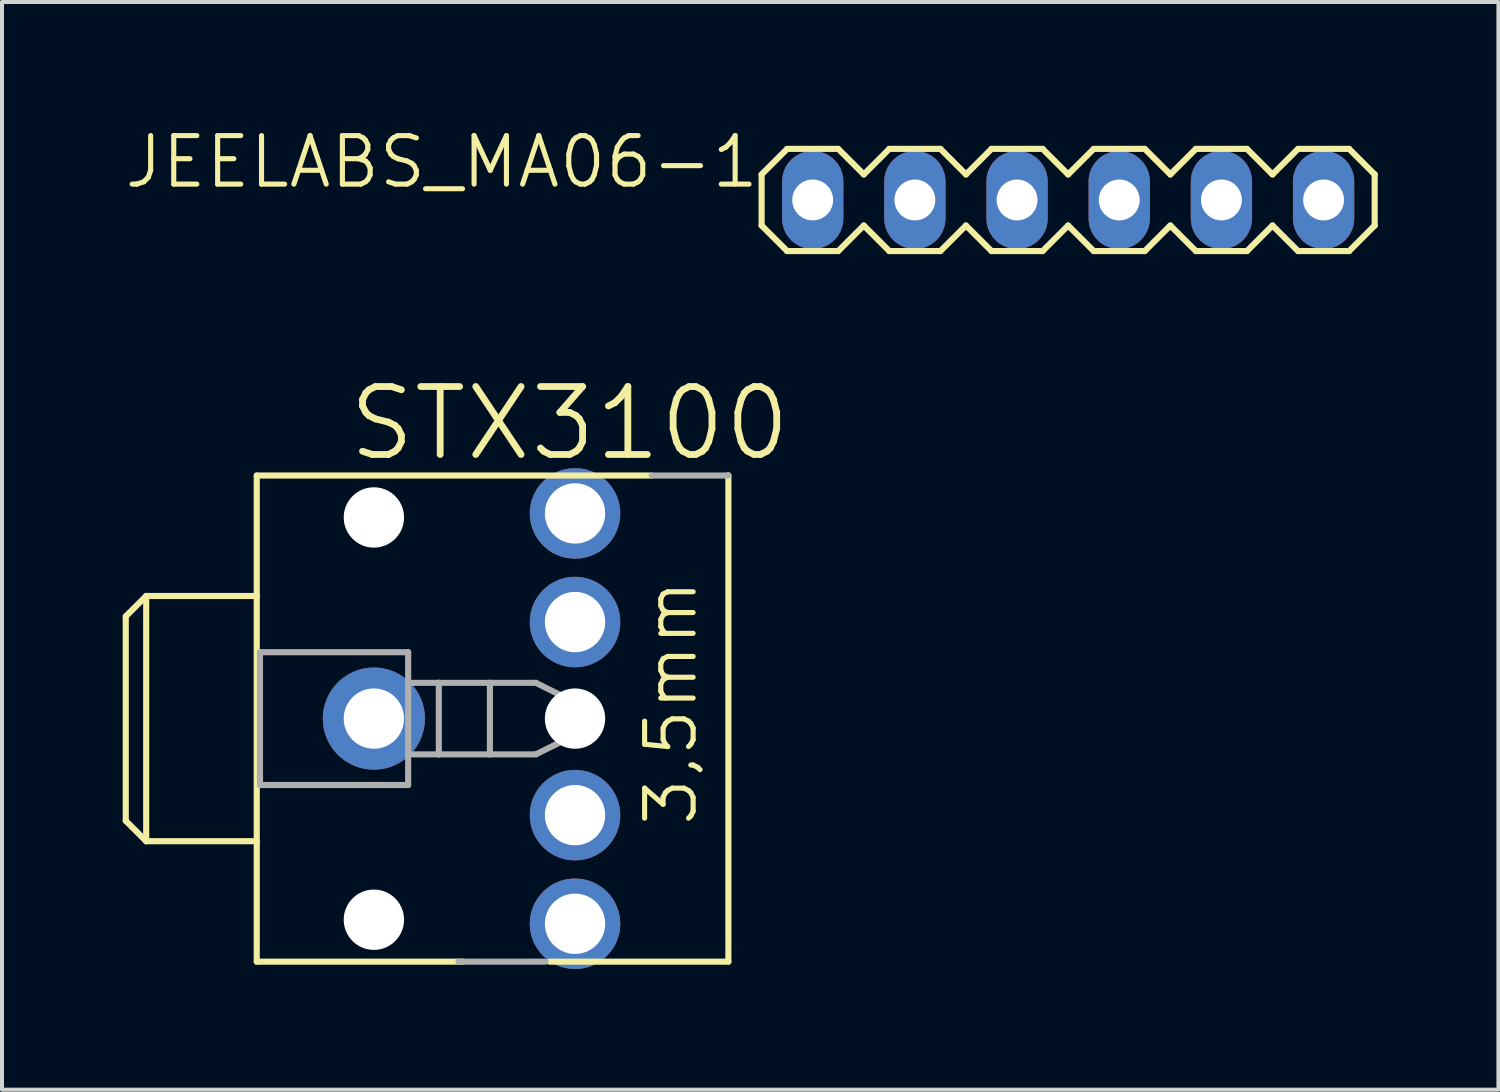
<source format=kicad_pcb>
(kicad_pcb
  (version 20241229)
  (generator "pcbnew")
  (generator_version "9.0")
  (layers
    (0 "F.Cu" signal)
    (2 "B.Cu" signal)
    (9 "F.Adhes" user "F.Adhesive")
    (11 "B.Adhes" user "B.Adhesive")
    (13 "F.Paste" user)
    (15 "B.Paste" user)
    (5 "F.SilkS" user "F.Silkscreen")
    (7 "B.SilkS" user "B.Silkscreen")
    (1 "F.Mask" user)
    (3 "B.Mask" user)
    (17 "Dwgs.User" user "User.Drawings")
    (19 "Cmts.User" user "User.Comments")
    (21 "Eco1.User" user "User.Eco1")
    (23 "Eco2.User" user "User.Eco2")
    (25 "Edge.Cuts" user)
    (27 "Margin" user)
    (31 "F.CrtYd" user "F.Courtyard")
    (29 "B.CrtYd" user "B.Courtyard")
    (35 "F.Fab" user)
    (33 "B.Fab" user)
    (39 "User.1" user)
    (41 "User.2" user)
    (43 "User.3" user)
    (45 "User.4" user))
  (footprint "JEELABS_MA06-1"
    (layer "F.Cu")
    (at 17.152 1.921)
    (property "Reference" "JEELABS_MA06-1" (at -1.27 -1.651 0) (layer "F.SilkS") (effects (font (size 1.206 1.206) (thickness 0.127)) (justify right top)))
    (attr through_hole)
    (fp_line (start -1.27 -0.635) (end -1.27 0.635) (stroke (width 0.152) (type solid)) (layer "F.SilkS"))
    (fp_line (start -1.27 0.635) (end -0.635 1.27) (stroke (width 0.152) (type solid)) (layer "F.SilkS"))
    (fp_line (start -0.635 -1.27) (end -1.27 -0.635) (stroke (width 0.152) (type solid)) (layer "F.SilkS"))
    (fp_line (start -0.635 -1.27) (end 0.635 -1.27) (stroke (width 0.152) (type solid)) (layer "F.SilkS"))
    (fp_line (start 0.635 -1.27) (end 1.27 -0.635) (stroke (width 0.152) (type solid)) (layer "F.SilkS"))
    (fp_line (start 0.635 1.27) (end -0.635 1.27) (stroke (width 0.152) (type solid)) (layer "F.SilkS"))
    (fp_line (start 1.27 -0.635) (end 1.905 -1.27) (stroke (width 0.152) (type solid)) (layer "F.SilkS"))
    (fp_line (start 1.27 0.635) (end 0.635 1.27) (stroke (width 0.152) (type solid)) (layer "F.SilkS"))
    (fp_line (start 1.905 -1.27) (end 3.175 -1.27) (stroke (width 0.152) (type solid)) (layer "F.SilkS"))
    (fp_line (start 1.905 1.27) (end 1.27 0.635) (stroke (width 0.152) (type solid)) (layer "F.SilkS"))
    (fp_line (start 3.175 -1.27) (end 3.81 -0.635) (stroke (width 0.152) (type solid)) (layer "F.SilkS"))
    (fp_line (start 3.175 1.27) (end 1.905 1.27) (stroke (width 0.152) (type solid)) (layer "F.SilkS"))
    (fp_line (start 3.81 -0.635) (end 4.445 -1.27) (stroke (width 0.152) (type solid)) (layer "F.SilkS"))
    (fp_line (start 3.81 0.635) (end 3.175 1.27) (stroke (width 0.152) (type solid)) (layer "F.SilkS"))
    (fp_line (start 4.445 -1.27) (end 5.715 -1.27) (stroke (width 0.152) (type solid)) (layer "F.SilkS"))
    (fp_line (start 4.445 1.27) (end 3.81 0.635) (stroke (width 0.152) (type solid)) (layer "F.SilkS"))
    (fp_line (start 5.715 -1.27) (end 6.35 -0.635) (stroke (width 0.152) (type solid)) (layer "F.SilkS"))
    (fp_line (start 5.715 1.27) (end 4.445 1.27) (stroke (width 0.152) (type solid)) (layer "F.SilkS"))
    (fp_line (start 6.35 0.635) (end 5.715 1.27) (stroke (width 0.152) (type solid)) (layer "F.SilkS"))
    (fp_line (start 6.35 0.635) (end 6.985 1.27) (stroke (width 0.152) (type solid)) (layer "F.SilkS"))
    (fp_line (start 6.985 -1.27) (end 6.35 -0.635) (stroke (width 0.152) (type solid)) (layer "F.SilkS"))
    (fp_line (start 6.985 -1.27) (end 8.255 -1.27) (stroke (width 0.152) (type solid)) (layer "F.SilkS"))
    (fp_line (start 8.255 -1.27) (end 8.89 -0.635) (stroke (width 0.152) (type solid)) (layer "F.SilkS"))
    (fp_line (start 8.255 1.27) (end 6.985 1.27) (stroke (width 0.152) (type solid)) (layer "F.SilkS"))
    (fp_line (start 8.89 -0.635) (end 9.525 -1.27) (stroke (width 0.152) (type solid)) (layer "F.SilkS"))
    (fp_line (start 8.89 0.635) (end 8.255 1.27) (stroke (width 0.152) (type solid)) (layer "F.SilkS"))
    (fp_line (start 9.525 -1.27) (end 10.795 -1.27) (stroke (width 0.152) (type solid)) (layer "F.SilkS"))
    (fp_line (start 9.525 1.27) (end 8.89 0.635) (stroke (width 0.152) (type solid)) (layer "F.SilkS"))
    (fp_line (start 10.795 -1.27) (end 11.43 -0.635) (stroke (width 0.152) (type solid)) (layer "F.SilkS"))
    (fp_line (start 10.795 1.27) (end 9.525 1.27) (stroke (width 0.152) (type solid)) (layer "F.SilkS"))
    (fp_line (start 11.43 -0.635) (end 12.065 -1.27) (stroke (width 0.152) (type solid)) (layer "F.SilkS"))
    (fp_line (start 11.43 0.635) (end 10.795 1.27) (stroke (width 0.152) (type solid)) (layer "F.SilkS"))
    (fp_line (start 12.065 -1.27) (end 13.335 -1.27) (stroke (width 0.152) (type solid)) (layer "F.SilkS"))
    (fp_line (start 12.065 1.27) (end 11.43 0.635) (stroke (width 0.152) (type solid)) (layer "F.SilkS"))
    (fp_line (start 13.335 -1.27) (end 13.97 -0.635) (stroke (width 0.152) (type solid)) (layer "F.SilkS"))
    (fp_line (start 13.335 1.27) (end 12.065 1.27) (stroke (width 0.152) (type solid)) (layer "F.SilkS"))
    (fp_line (start 13.97 -0.635) (end 13.97 0.635) (stroke (width 0.152) (type solid)) (layer "F.SilkS"))
    (fp_line (start 13.97 0.635) (end 13.335 1.27) (stroke (width 0.152) (type solid)) (layer "F.SilkS"))
    (fp_poly (pts (xy -0.254 0.254) (xy 0.254 0.254) (xy 0.254 -0.254) (xy -0.254 -0.254)) (stroke (width 0.1) (type solid)) (fill no) (layer "F.Fab"))
    (fp_poly (pts (xy 2.286 0.254) (xy 2.794 0.254) (xy 2.794 -0.254) (xy 2.286 -0.254)) (stroke (width 0.1) (type solid)) (fill no) (layer "F.Fab"))
    (fp_poly (pts (xy 4.826 0.254) (xy 5.334 0.254) (xy 5.334 -0.254) (xy 4.826 -0.254)) (stroke (width 0.1) (type solid)) (fill no) (layer "F.Fab"))
    (fp_poly (pts (xy 7.366 0.254) (xy 7.874 0.254) (xy 7.874 -0.254) (xy 7.366 -0.254)) (stroke (width 0.1) (type solid)) (fill no) (layer "F.Fab"))
    (fp_poly (pts (xy 9.906 0.254) (xy 10.414 0.254) (xy 10.414 -0.254) (xy 9.906 -0.254)) (stroke (width 0.1) (type solid)) (fill no) (layer "F.Fab"))
    (fp_poly (pts (xy 12.446 0.254) (xy 12.954 0.254) (xy 12.954 -0.254) (xy 12.446 -0.254)) (stroke (width 0.1) (type solid)) (fill no) (layer "F.Fab"))
    (pad "1" thru_hole oval (at 0 0 90) (size 2.438 1.524) (drill 1.016) (layers "*.Cu" "*.Mask"))
    (pad "2" thru_hole oval (at 2.54 0 90) (size 2.438 1.524) (drill 1.016) (layers "*.Cu" "*.Mask"))
    (pad "3" thru_hole oval (at 5.08 0 90) (size 2.438 1.524) (drill 1.016) (layers "*.Cu" "*.Mask"))
    (pad "4" thru_hole oval (at 7.62 0 90) (size 2.438 1.524) (drill 1.016) (layers "*.Cu" "*.Mask"))
    (pad "5" thru_hole oval (at 10.16 0 90) (size 2.438 1.524) (drill 1.016) (layers "*.Cu" "*.Mask"))
    (pad "6" thru_hole oval (at 12.7 0 90) (size 2.438 1.524) (drill 1.016) (layers "*.Cu" "*.Mask")))
  (footprint "STX3100"
    (layer "F.Cu")
    (at 3.544 14.713)
    (property "Reference" "STX3100" (at 1.985 -6.25 0) (layer "F.SilkS") (effects (font (size 1.689 1.689) (thickness 0.169)) (justify left bottom)))
    (attr through_hole)
    (fp_line (start -3.468 2.64) (end -3.468 -2.44) (stroke (width 0.152) (type solid)) (layer "F.SilkS"))
    (fp_line (start -2.96 -2.948) (end -3.468 -2.44) (stroke (width 0.152) (type solid)) (layer "F.SilkS"))
    (fp_line (start -2.96 3.148) (end -3.468 2.64) (stroke (width 0.152) (type solid)) (layer "F.SilkS"))
    (fp_line (start -2.96 3.148) (end -2.96 -2.948) (stroke (width 0.152) (type solid)) (layer "F.SilkS"))
    (fp_line (start -2.96 3.148) (end -0.212 3.148) (stroke (width 0.152) (type solid)) (layer "F.SilkS"))
    (fp_line (start -0.212 -2.948) (end -2.96 -2.948) (stroke (width 0.152) (type solid)) (layer "F.SilkS"))
    (fp_line (start -0.212 -2.948) (end -0.212 -5.942) (stroke (width 0.152) (type solid)) (layer "F.SilkS"))
    (fp_line (start -0.212 3.148) (end -0.212 -2.948) (stroke (width 0.152) (type solid)) (layer "F.SilkS"))
    (fp_line (start -0.212 6.142) (end -0.212 3.148) (stroke (width 0.152) (type solid)) (layer "F.SilkS"))
    (fp_line (start -0.212 6.142) (end 4.906 6.142) (stroke (width 0.152) (type solid)) (layer "F.SilkS"))
    (fp_line (start 7.065 6.142) (end 11.512 6.142) (stroke (width 0.152) (type solid)) (layer "F.SilkS"))
    (fp_line (start 9.605 -5.942) (end -0.212 -5.942) (stroke (width 0.152) (type solid)) (layer "F.SilkS"))
    (fp_line (start 11.512 -5.942) (end 11.51 -5.942) (stroke (width 0.152) (type solid)) (layer "F.SilkS"))
    (fp_line (start 11.512 -5.942) (end 11.512 6.142) (stroke (width 0.152) (type solid)) (layer "F.SilkS"))
    (fp_line (start -0.131 1.751) (end -0.131 -1.551) (stroke (width 0.152) (type solid)) (layer "F.Fab"))
    (fp_line (start -0.131 1.751) (end 3.552 1.751) (stroke (width 0.152) (type solid)) (layer "F.Fab"))
    (fp_line (start 3.552 -1.551) (end -0.131 -1.551) (stroke (width 0.152) (type solid)) (layer "F.Fab"))
    (fp_line (start 3.552 -1.551) (end 3.552 -0.789) (stroke (width 0.152) (type solid)) (layer "F.Fab"))
    (fp_line (start 3.552 -0.789) (end 3.552 0.989) (stroke (width 0.152) (type solid)) (layer "F.Fab"))
    (fp_line (start 3.552 -0.789) (end 4.314 -0.789) (stroke (width 0.152) (type solid)) (layer "F.Fab"))
    (fp_line (start 3.552 0.989) (end 3.552 1.751) (stroke (width 0.152) (type solid)) (layer "F.Fab"))
    (fp_line (start 4.314 -0.789) (end 4.314 0.989) (stroke (width 0.152) (type solid)) (layer "F.Fab"))
    (fp_line (start 4.314 -0.789) (end 5.584 -0.789) (stroke (width 0.152) (type solid)) (layer "F.Fab"))
    (fp_line (start 4.314 0.989) (end 3.552 0.989) (stroke (width 0.152) (type solid)) (layer "F.Fab"))
    (fp_line (start 4.806 6.142) (end 6.965 6.142) (stroke (width 0.152) (type solid)) (layer "F.Fab"))
    (fp_line (start 5.584 -0.789) (end 5.584 0.989) (stroke (width 0.152) (type solid)) (layer "F.Fab"))
    (fp_line (start 5.584 -0.789) (end 6.727 -0.789) (stroke (width 0.152) (type solid)) (layer "F.Fab"))
    (fp_line (start 5.584 0.989) (end 4.314 0.989) (stroke (width 0.152) (type solid)) (layer "F.Fab"))
    (fp_line (start 6.727 0.989) (end 5.584 0.989) (stroke (width 0.152) (type solid)) (layer "F.Fab"))
    (fp_line (start 6.727 0.989) (end 7.489 0.608) (stroke (width 0.152) (type solid)) (layer "F.Fab"))
    (fp_line (start 7.489 -0.408) (end 6.727 -0.789) (stroke (width 0.152) (type solid)) (layer "F.Fab"))
    (fp_line (start 7.489 -0.408) (end 7.489 0.608) (stroke (width 0.152) (type solid)) (layer "F.Fab"))
    (fp_line (start 11.51 -5.942) (end 9.605 -5.942) (stroke (width 0.152) (type solid)) (layer "F.Fab"))
    (fp_text user "3,5mm" (at 10.79 2.831 90) (layer "F.SilkS") (effects (font (size 1.206 1.206) (thickness 0.127)) (justify left bottom)))
    (pad "" np_thru_hole circle (at 2.7 -4.9) (size 1.5 1.5) (drill 1.5) (layers "*.Cu"))
    (pad "" np_thru_hole circle (at 2.7 5.1) (size 1.5 1.5) (drill 1.5) (layers "*.Cu"))
    (pad "" np_thru_hole circle (at 7.7 0.1) (size 1.5 1.5) (drill 1.5) (layers "*.Cu"))
    (pad "1" thru_hole circle (at 2.7 0.1) (size 2.54 2.54) (drill 1.5) (layers "*.Cu" "*.Mask"))
    (pad "2" thru_hole circle (at 7.7 -5) (size 2.25 2.25) (drill 1.5) (layers "*.Cu" "*.Mask"))
    (pad "3" thru_hole circle (at 7.7 -2.3) (size 2.25 2.25) (drill 1.5) (layers "*.Cu" "*.Mask"))
    (pad "4" thru_hole circle (at 7.7 2.5) (size 2.25 2.25) (drill 1.5) (layers "*.Cu" "*.Mask"))
    (pad "5" thru_hole circle (at 7.7 5.2) (size 2.25 2.25) (drill 1.5) (layers "*.Cu" "*.Mask")))
  (gr_rect
    (start -3 -3)
    (end 34.198 24.038)
    (stroke (width 0.1) (type default))
    (fill no)
    (layer "Edge.Cuts")))
</source>
